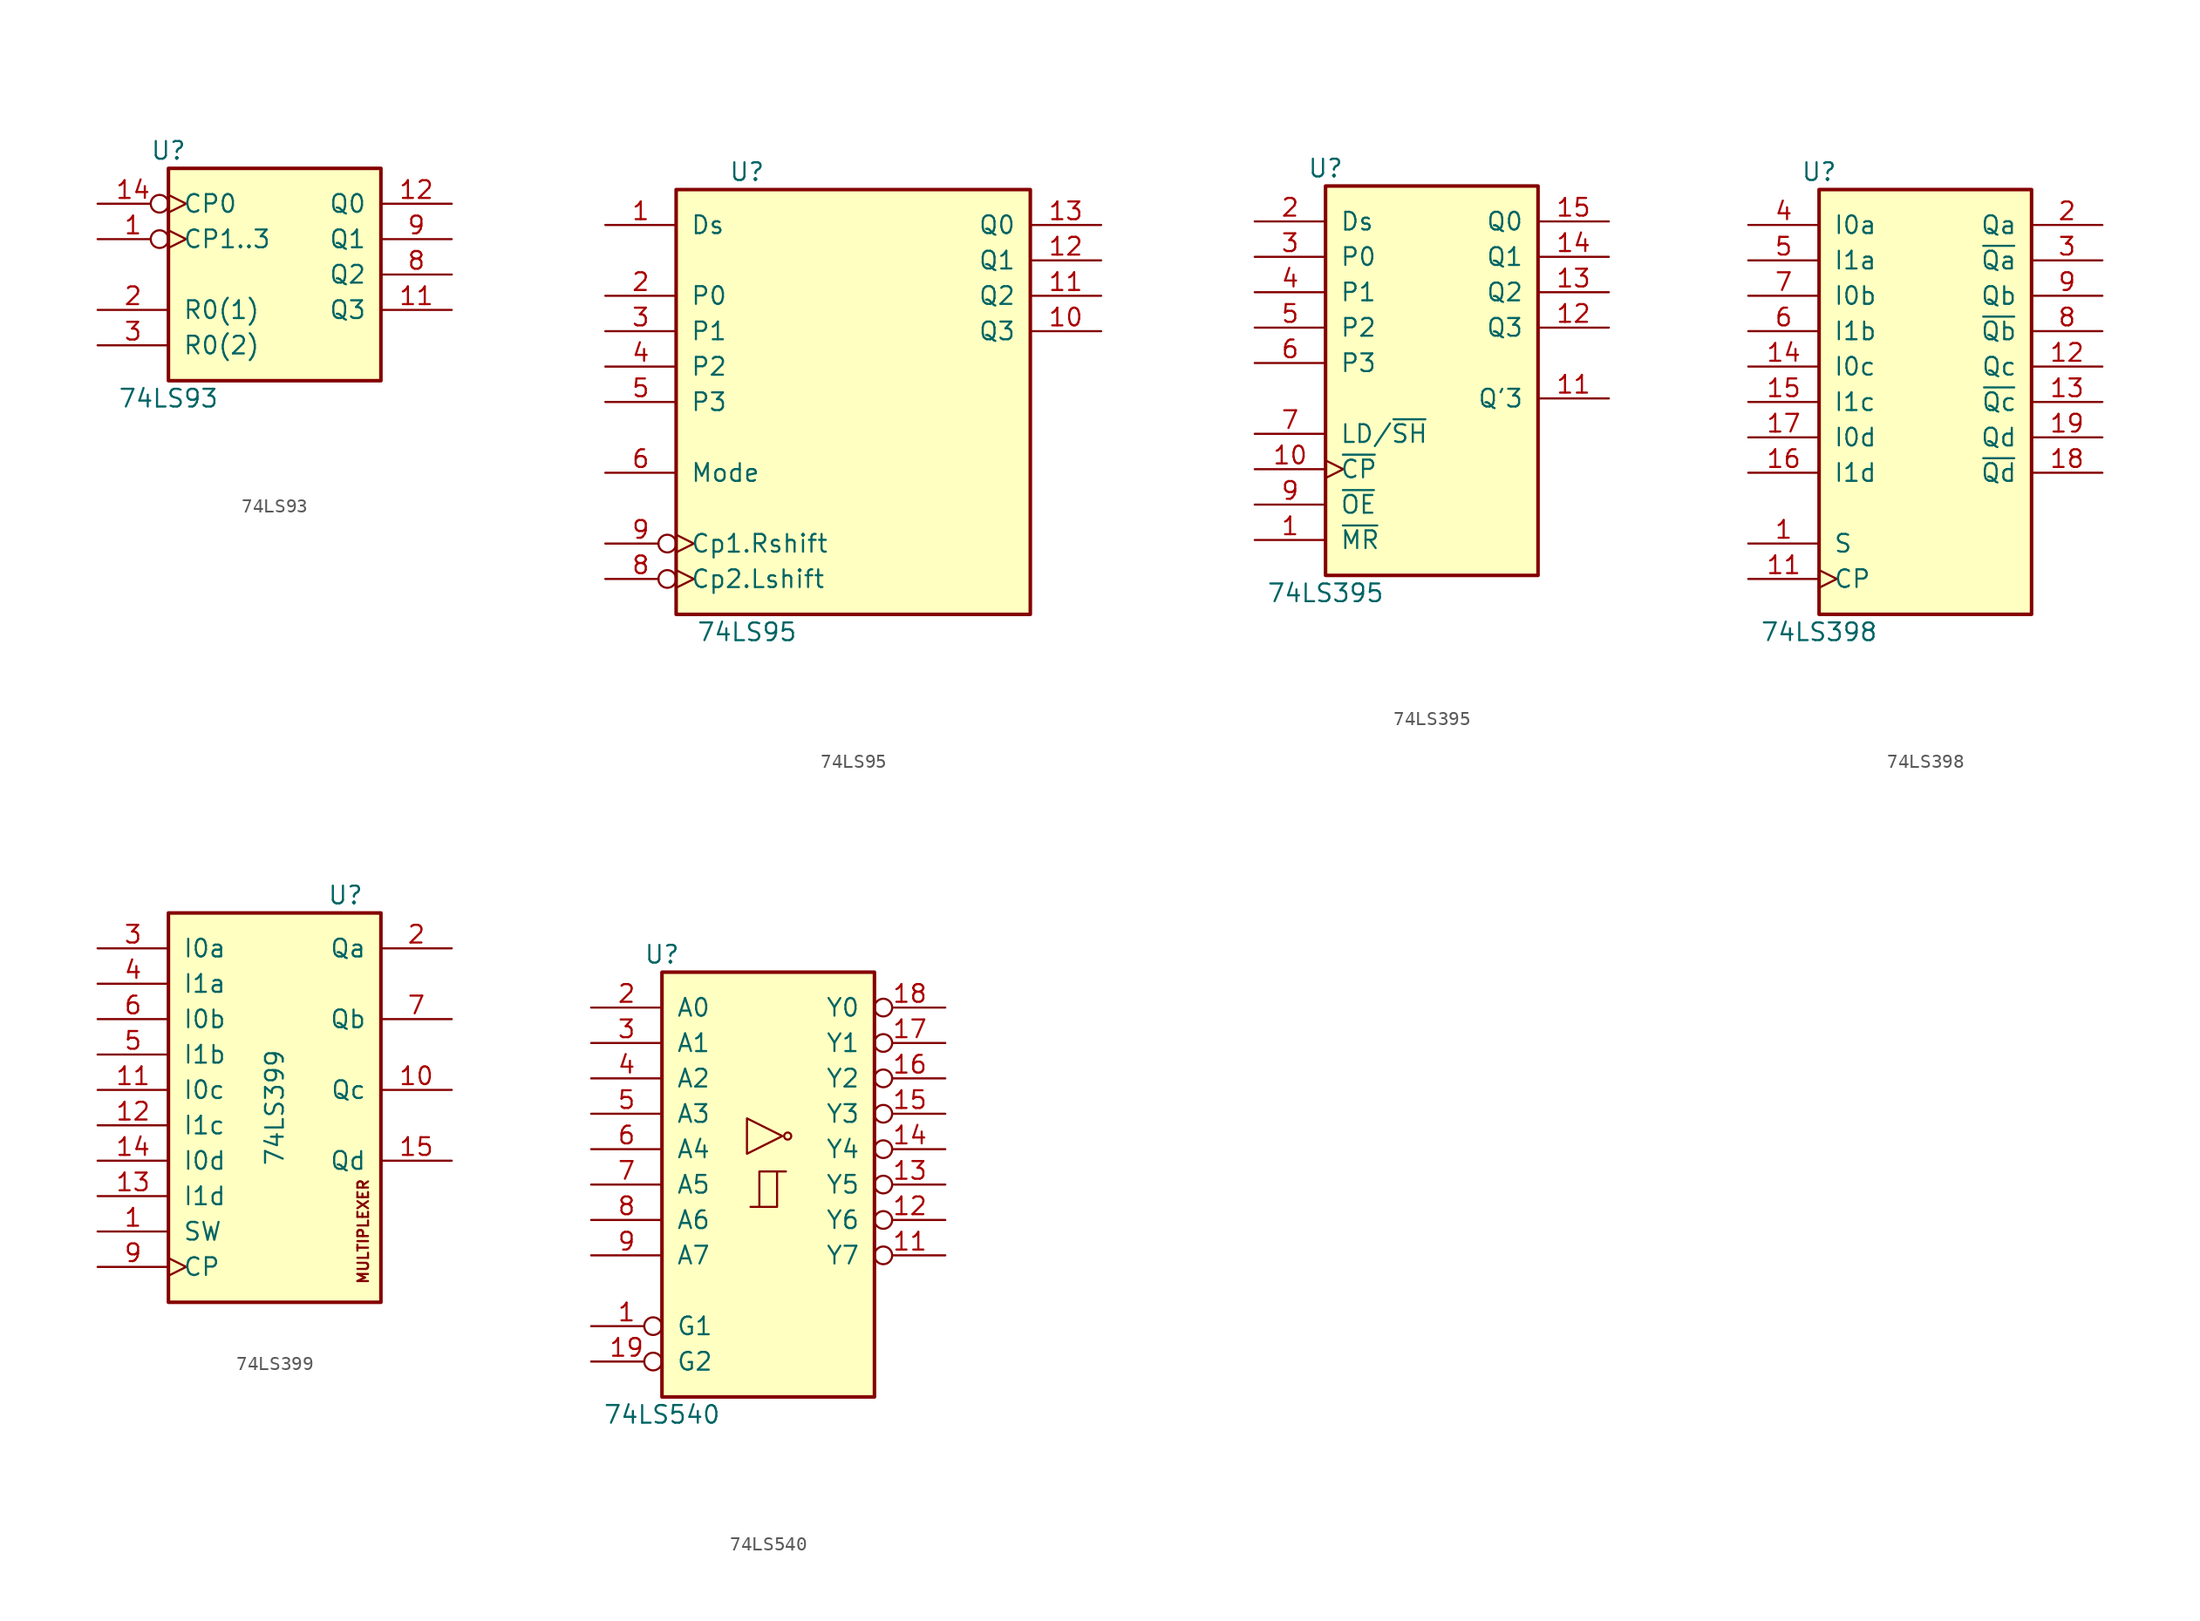
<source format=kicad_sym>
(kicad_symbol_lib
  (version 20211014)
  (generator kicad_symbol_editor)
  (symbol "74LS93"
    (pin_names
      (offset 1.016))
    (property "Reference" "U"
      (at -7.62 8.89 0)
      (effects (font (size 1.27 1.27))))
    (property "Value" "74LS93"
      (at -7.62 -8.89 0)
      (effects (font (size 1.27 1.27))))
    (property "ki_locked" ""
      (at 0 0 0)
      (effects (font (size 1.27 1.27))))
    (symbol "74LS93_1_0"
      (pin input inverted_clock (at -12.7 2.54 0) (length 5.08) (name "CP1..3" (effects (font (size 1.27 1.27)))) (number "1" (effects (font (size 1.27 1.27)))))
      (pin input line (at 0 -12.7 90) (length 5.08) hide (name "GND" (effects (font (size 1.27 1.27)))) (number "10" (effects (font (size 1.27 1.27)))))
      (pin output line (at 12.7 -2.54 180) (length 5.08) (name "Q3" (effects (font (size 1.27 1.27)))) (number "11" (effects (font (size 1.27 1.27)))))
      (pin output line (at 12.7 5.08 180) (length 5.08) (name "Q0" (effects (font (size 1.27 1.27)))) (number "12" (effects (font (size 1.27 1.27)))))
      (pin input inverted_clock (at -12.7 5.08 0) (length 5.08) (name "CP0" (effects (font (size 1.27 1.27)))) (number "14" (effects (font (size 1.27 1.27)))))
      (pin input line (at -12.7 -2.54 0) (length 5.08) (name "R0(1)" (effects (font (size 1.27 1.27)))) (number "2" (effects (font (size 1.27 1.27)))))
      (pin input line (at -12.7 -5.08 0) (length 5.08) (name "R0(2)" (effects (font (size 1.27 1.27)))) (number "3" (effects (font (size 1.27 1.27)))))
      (pin input line (at 0 12.7 270) (length 5.08) hide (name "VCC" (effects (font (size 1.27 1.27)))) (number "5" (effects (font (size 1.27 1.27)))))
      (pin output line (at 12.7 0 180) (length 5.08) (name "Q2" (effects (font (size 1.27 1.27)))) (number "8" (effects (font (size 1.27 1.27)))))
      (pin output line (at 12.7 2.54 180) (length 5.08) (name "Q1" (effects (font (size 1.27 1.27)))) (number "9" (effects (font (size 1.27 1.27))))))
    (symbol "74LS93_1_1"
      (rectangle (start -7.62 7.62) (end 7.62 -7.62) (stroke (width 0.254) (type default) (color 0 0 0 0)) (fill (type background)))))
  (symbol "74LS95"
    (pin_names
      (offset 1.016))
    (property "Reference" "U"
      (at -7.62 16.51 0)
      (effects (font (size 1.27 1.27))))
    (property "Value" "74LS95"
      (at -7.62 -16.51 0)
      (effects (font (size 1.27 1.27))))
    (property "ki_locked" ""
      (at 0 0 0)
      (effects (font (size 1.27 1.27))))
    (symbol "74LS95_1_0"
      (pin input line (at -17.78 12.7 0) (length 5.08) (name "Ds" (effects (font (size 1.27 1.27)))) (number "1" (effects (font (size 1.27 1.27)))))
      (pin output line (at 17.78 5.08 180) (length 5.08) (name "Q3" (effects (font (size 1.27 1.27)))) (number "10" (effects (font (size 1.27 1.27)))))
      (pin output line (at 17.78 7.62 180) (length 5.08) (name "Q2" (effects (font (size 1.27 1.27)))) (number "11" (effects (font (size 1.27 1.27)))))
      (pin output line (at 17.78 10.16 180) (length 5.08) (name "Q1" (effects (font (size 1.27 1.27)))) (number "12" (effects (font (size 1.27 1.27)))))
      (pin output line (at 17.78 12.7 180) (length 5.08) (name "Q0" (effects (font (size 1.27 1.27)))) (number "13" (effects (font (size 1.27 1.27)))))
      (pin input line (at 0 20.32 270) (length 5.08) hide (name "VCC" (effects (font (size 1.27 1.27)))) (number "14" (effects (font (size 1.27 1.27)))))
      (pin input line (at -17.78 7.62 0) (length 5.08) (name "P0" (effects (font (size 1.27 1.27)))) (number "2" (effects (font (size 1.27 1.27)))))
      (pin input line (at -17.78 5.08 0) (length 5.08) (name "P1" (effects (font (size 1.27 1.27)))) (number "3" (effects (font (size 1.27 1.27)))))
      (pin input line (at -17.78 2.54 0) (length 5.08) (name "P2" (effects (font (size 1.27 1.27)))) (number "4" (effects (font (size 1.27 1.27)))))
      (pin input line (at -17.78 0 0) (length 5.08) (name "P3" (effects (font (size 1.27 1.27)))) (number "5" (effects (font (size 1.27 1.27)))))
      (pin input line (at -17.78 -5.08 0) (length 5.08) (name "Mode" (effects (font (size 1.27 1.27)))) (number "6" (effects (font (size 1.27 1.27)))))
      (pin input line (at 0 -20.32 90) (length 5.08) hide (name "GND" (effects (font (size 1.27 1.27)))) (number "7" (effects (font (size 1.27 1.27)))))
      (pin input inverted_clock (at -17.78 -12.7 0) (length 5.08) (name "Cp2.Lshift" (effects (font (size 1.27 1.27)))) (number "8" (effects (font (size 1.27 1.27)))))
      (pin input inverted_clock (at -17.78 -10.16 0) (length 5.08) (name "Cp1.Rshift" (effects (font (size 1.27 1.27)))) (number "9" (effects (font (size 1.27 1.27))))))
    (symbol "74LS95_1_1"
      (rectangle (start -12.7 15.24) (end 12.7 -15.24) (stroke (width 0.254) (type default) (color 0 0 0 0)) (fill (type background)))))
  (symbol "74LS395"
    (pin_names
      (offset 1.016))
    (property "Reference" "U"
      (at -7.62 13.97 0)
      (effects (font (size 1.27 1.27))))
    (property "Value" "74LS395"
      (at -7.62 -16.51 0)
      (effects (font (size 1.27 1.27))))
    (property "ki_locked" ""
      (at 0 0 0)
      (effects (font (size 1.27 1.27))))
    (symbol "74LS395_1_0"
      (pin input line (at -12.7 -12.7 0) (length 5.08) (name "~{MR}" (effects (font (size 1.27 1.27)))) (number "1" (effects (font (size 1.27 1.27)))))
      (pin input clock (at -12.7 -7.62 0) (length 5.08) (name "~{CP}" (effects (font (size 1.27 1.27)))) (number "10" (effects (font (size 1.27 1.27)))))
      (pin output line (at 12.7 -2.54 180) (length 5.08) (name "Q'3" (effects (font (size 1.27 1.27)))) (number "11" (effects (font (size 1.27 1.27)))))
      (pin tri_state line (at 12.7 2.54 180) (length 5.08) (name "Q3" (effects (font (size 1.27 1.27)))) (number "12" (effects (font (size 1.27 1.27)))))
      (pin tri_state line (at 12.7 5.08 180) (length 5.08) (name "Q2" (effects (font (size 1.27 1.27)))) (number "13" (effects (font (size 1.27 1.27)))))
      (pin tri_state line (at 12.7 7.62 180) (length 5.08) (name "Q1" (effects (font (size 1.27 1.27)))) (number "14" (effects (font (size 1.27 1.27)))))
      (pin tri_state line (at 12.7 10.16 180) (length 5.08) (name "Q0" (effects (font (size 1.27 1.27)))) (number "15" (effects (font (size 1.27 1.27)))))
      (pin input line (at 0 17.78 270) (length 5.08) hide (name "VCC" (effects (font (size 1.27 1.27)))) (number "16" (effects (font (size 1.27 1.27)))))
      (pin input line (at -12.7 10.16 0) (length 5.08) (name "Ds" (effects (font (size 1.27 1.27)))) (number "2" (effects (font (size 1.27 1.27)))))
      (pin input line (at -12.7 7.62 0) (length 5.08) (name "P0" (effects (font (size 1.27 1.27)))) (number "3" (effects (font (size 1.27 1.27)))))
      (pin input line (at -12.7 5.08 0) (length 5.08) (name "P1" (effects (font (size 1.27 1.27)))) (number "4" (effects (font (size 1.27 1.27)))))
      (pin input line (at -12.7 2.54 0) (length 5.08) (name "P2" (effects (font (size 1.27 1.27)))) (number "5" (effects (font (size 1.27 1.27)))))
      (pin input line (at -12.7 0 0) (length 5.08) (name "P3" (effects (font (size 1.27 1.27)))) (number "6" (effects (font (size 1.27 1.27)))))
      (pin input line (at -12.7 -5.08 0) (length 5.08) (name "LD/~{SH}" (effects (font (size 1.27 1.27)))) (number "7" (effects (font (size 1.27 1.27)))))
      (pin input line (at 0 -20.32 90) (length 5.08) hide (name "GND" (effects (font (size 1.27 1.27)))) (number "8" (effects (font (size 1.27 1.27)))))
      (pin input line (at -12.7 -10.16 0) (length 5.08) (name "~{OE}" (effects (font (size 1.27 1.27)))) (number "9" (effects (font (size 1.27 1.27))))))
    (symbol "74LS395_1_1"
      (rectangle (start -7.62 12.7) (end 7.62 -15.24) (stroke (width 0.254) (type default) (color 0 0 0 0)) (fill (type background)))))
  (symbol "74LS398"
    (pin_names
      (offset 1.016))
    (property "Reference" "U"
      (at -7.62 16.51 0)
      (effects (font (size 1.27 1.27))))
    (property "Value" "74LS398"
      (at -7.62 -16.51 0)
      (effects (font (size 1.27 1.27))))
    (property "ki_locked" ""
      (at 0 0 0)
      (effects (font (size 1.27 1.27))))
    (symbol "74LS398_1_0"
      (pin input line (at -12.7 -10.16 0) (length 5.08) (name "S" (effects (font (size 1.27 1.27)))) (number "1" (effects (font (size 1.27 1.27)))))
      (pin input line (at 0 -20.32 90) (length 5.08) hide (name "GND" (effects (font (size 1.27 1.27)))) (number "10" (effects (font (size 1.27 1.27)))))
      (pin input clock (at -12.7 -12.7 0) (length 5.08) (name "CP" (effects (font (size 1.27 1.27)))) (number "11" (effects (font (size 1.27 1.27)))))
      (pin output line (at 12.7 2.54 180) (length 5.08) (name "Qc" (effects (font (size 1.27 1.27)))) (number "12" (effects (font (size 1.27 1.27)))))
      (pin output line (at 12.7 0 180) (length 5.08) (name "~{Qc}" (effects (font (size 1.27 1.27)))) (number "13" (effects (font (size 1.27 1.27)))))
      (pin input line (at -12.7 2.54 0) (length 5.08) (name "I0c" (effects (font (size 1.27 1.27)))) (number "14" (effects (font (size 1.27 1.27)))))
      (pin input line (at -12.7 0 0) (length 5.08) (name "I1c" (effects (font (size 1.27 1.27)))) (number "15" (effects (font (size 1.27 1.27)))))
      (pin input line (at -12.7 -5.08 0) (length 5.08) (name "I1d" (effects (font (size 1.27 1.27)))) (number "16" (effects (font (size 1.27 1.27)))))
      (pin input line (at -12.7 -2.54 0) (length 5.08) (name "I0d" (effects (font (size 1.27 1.27)))) (number "17" (effects (font (size 1.27 1.27)))))
      (pin output line (at 12.7 -5.08 180) (length 5.08) (name "~{Qd}" (effects (font (size 1.27 1.27)))) (number "18" (effects (font (size 1.27 1.27)))))
      (pin output line (at 12.7 -2.54 180) (length 5.08) (name "Qd" (effects (font (size 1.27 1.27)))) (number "19" (effects (font (size 1.27 1.27)))))
      (pin output line (at 12.7 12.7 180) (length 5.08) (name "Qa" (effects (font (size 1.27 1.27)))) (number "2" (effects (font (size 1.27 1.27)))))
      (pin input line (at 0 20.32 270) (length 5.08) hide (name "VCC" (effects (font (size 1.27 1.27)))) (number "20" (effects (font (size 1.27 1.27)))))
      (pin output line (at 12.7 10.16 180) (length 5.08) (name "~{Qa}" (effects (font (size 1.27 1.27)))) (number "3" (effects (font (size 1.27 1.27)))))
      (pin input line (at -12.7 12.7 0) (length 5.08) (name "I0a" (effects (font (size 1.27 1.27)))) (number "4" (effects (font (size 1.27 1.27)))))
      (pin input line (at -12.7 10.16 0) (length 5.08) (name "I1a" (effects (font (size 1.27 1.27)))) (number "5" (effects (font (size 1.27 1.27)))))
      (pin input line (at -12.7 5.08 0) (length 5.08) (name "I1b" (effects (font (size 1.27 1.27)))) (number "6" (effects (font (size 1.27 1.27)))))
      (pin input line (at -12.7 7.62 0) (length 5.08) (name "I0b" (effects (font (size 1.27 1.27)))) (number "7" (effects (font (size 1.27 1.27)))))
      (pin output line (at 12.7 5.08 180) (length 5.08) (name "~{Qb}" (effects (font (size 1.27 1.27)))) (number "8" (effects (font (size 1.27 1.27)))))
      (pin output line (at 12.7 7.62 180) (length 5.08) (name "Qb" (effects (font (size 1.27 1.27)))) (number "9" (effects (font (size 1.27 1.27))))))
    (symbol "74LS398_1_1"
      (rectangle (start -7.62 15.24) (end 7.62 -15.24) (stroke (width 0.254) (type default) (color 0 0 0 0)) (fill (type background)))))
  (symbol "74LS399"
    (pin_names
      (offset 1.016))
    (property "Reference" "U"
      (at 5.08 15.24 0)
      (effects (font (size 1.27 1.27))))
    (property "Value" "74LS399"
      (at 0 0 90)
      (effects (font (size 1.27 1.27))))
    (property "ki_locked" ""
      (at 0 0 0)
      (effects (font (size 1.27 1.27))))
    (symbol "74LS399_0_0"
      (text "MULTIPLEXER" (at 6.35 -8.89 900) (effects (font (size 0.762 0.762)))))
    (symbol "74LS399_1_0"
      (pin input line (at -12.7 -8.89 0) (length 5.08) (name "SW" (effects (font (size 1.27 1.27)))) (number "1" (effects (font (size 1.27 1.27)))))
      (pin output line (at 12.7 1.27 180) (length 5.08) (name "Qc" (effects (font (size 1.27 1.27)))) (number "10" (effects (font (size 1.27 1.27)))))
      (pin input line (at -12.7 1.27 0) (length 5.08) (name "I0c" (effects (font (size 1.27 1.27)))) (number "11" (effects (font (size 1.27 1.27)))))
      (pin input line (at -12.7 -1.27 0) (length 5.08) (name "I1c" (effects (font (size 1.27 1.27)))) (number "12" (effects (font (size 1.27 1.27)))))
      (pin input line (at -12.7 -6.35 0) (length 5.08) (name "I1d" (effects (font (size 1.27 1.27)))) (number "13" (effects (font (size 1.27 1.27)))))
      (pin input line (at -12.7 -3.81 0) (length 5.08) (name "I0d" (effects (font (size 1.27 1.27)))) (number "14" (effects (font (size 1.27 1.27)))))
      (pin output line (at 12.7 -3.81 180) (length 5.08) (name "Qd" (effects (font (size 1.27 1.27)))) (number "15" (effects (font (size 1.27 1.27)))))
      (pin power_in line (at 0 13.97 270) (length 5.08) hide (name "VCC" (effects (font (size 1.27 1.27)))) (number "16" (effects (font (size 1.27 1.27)))))
      (pin output line (at 12.7 11.43 180) (length 5.08) (name "Qa" (effects (font (size 1.27 1.27)))) (number "2" (effects (font (size 1.27 1.27)))))
      (pin input line (at -12.7 11.43 0) (length 5.08) (name "I0a" (effects (font (size 1.27 1.27)))) (number "3" (effects (font (size 1.27 1.27)))))
      (pin input line (at -12.7 8.89 0) (length 5.08) (name "I1a" (effects (font (size 1.27 1.27)))) (number "4" (effects (font (size 1.27 1.27)))))
      (pin input line (at -12.7 3.81 0) (length 5.08) (name "I1b" (effects (font (size 1.27 1.27)))) (number "5" (effects (font (size 1.27 1.27)))))
      (pin input line (at -12.7 6.35 0) (length 5.08) (name "I0b" (effects (font (size 1.27 1.27)))) (number "6" (effects (font (size 1.27 1.27)))))
      (pin output line (at 12.7 6.35 180) (length 5.08) (name "Qb" (effects (font (size 1.27 1.27)))) (number "7" (effects (font (size 1.27 1.27)))))
      (pin power_in line (at 0 -13.97 90) (length 5.08) hide (name "VSS" (effects (font (size 1.27 1.27)))) (number "8" (effects (font (size 1.27 1.27)))))
      (pin input clock (at -12.7 -11.43 0) (length 5.08) (name "CP" (effects (font (size 1.27 1.27)))) (number "9" (effects (font (size 1.27 1.27))))))
    (symbol "74LS399_1_1"
      (rectangle (start -7.62 13.97) (end 7.62 -13.97) (stroke (width 0.254) (type default) (color 0 0 0 0)) (fill (type background)))))
  (symbol "74LS540"
    (pin_names
      (offset 1.016))
    (property "Reference" "U"
      (at -7.62 16.51 0)
      (effects (font (size 1.27 1.27))))
    (property "Value" "74LS540"
      (at -7.62 -16.51 0)
      (effects (font (size 1.27 1.27))))
    (property "ki_locked" ""
      (at 0 0 0)
      (effects (font (size 1.27 1.27))))
    (symbol "74LS540_1_0"
      (polyline (pts (xy -0.635 -1.6) (xy -0.635 0.94) (xy 0.635 0.94)) (stroke (width 0) (type default) (color 0 0 0 0)) (fill (type none)))
      (polyline (pts (xy -1.27 -1.6) (xy 0.635 -1.6) (xy 0.635 0.94) (xy 1.27 0.94)) (stroke (width 0) (type default) (color 0 0 0 0)) (fill (type none)))
      (polyline (pts (xy 1.016 3.48) (xy -1.524 4.75) (xy -1.524 2.21) (xy 1.016 3.48)) (stroke (width 0.152) (type default) (color 0 0 0 0)) (fill (type none)))
      (circle (center 1.397 3.48) (radius 0.254) (stroke (width 0.152) (type default) (color 0 0 0 0)) (fill (type none)))
      (pin input inverted (at -12.7 -10.16 0) (length 5.08) (name "G1" (effects (font (size 1.27 1.27)))) (number "1" (effects (font (size 1.27 1.27)))))
      (pin input line (at 0 -20.32 90) (length 5.08) hide (name "GND" (effects (font (size 1.27 1.27)))) (number "10" (effects (font (size 1.27 1.27)))))
      (pin tri_state inverted (at 12.7 -5.08 180) (length 5.08) (name "Y7" (effects (font (size 1.27 1.27)))) (number "11" (effects (font (size 1.27 1.27)))))
      (pin tri_state inverted (at 12.7 -2.54 180) (length 5.08) (name "Y6" (effects (font (size 1.27 1.27)))) (number "12" (effects (font (size 1.27 1.27)))))
      (pin tri_state inverted (at 12.7 0 180) (length 5.08) (name "Y5" (effects (font (size 1.27 1.27)))) (number "13" (effects (font (size 1.27 1.27)))))
      (pin tri_state inverted (at 12.7 2.54 180) (length 5.08) (name "Y4" (effects (font (size 1.27 1.27)))) (number "14" (effects (font (size 1.27 1.27)))))
      (pin tri_state inverted (at 12.7 5.08 180) (length 5.08) (name "Y3" (effects (font (size 1.27 1.27)))) (number "15" (effects (font (size 1.27 1.27)))))
      (pin tri_state inverted (at 12.7 7.62 180) (length 5.08) (name "Y2" (effects (font (size 1.27 1.27)))) (number "16" (effects (font (size 1.27 1.27)))))
      (pin tri_state inverted (at 12.7 10.16 180) (length 5.08) (name "Y1" (effects (font (size 1.27 1.27)))) (number "17" (effects (font (size 1.27 1.27)))))
      (pin tri_state inverted (at 12.7 12.7 180) (length 5.08) (name "Y0" (effects (font (size 1.27 1.27)))) (number "18" (effects (font (size 1.27 1.27)))))
      (pin input inverted (at -12.7 -12.7 0) (length 5.08) (name "G2" (effects (font (size 1.27 1.27)))) (number "19" (effects (font (size 1.27 1.27)))))
      (pin input line (at -12.7 12.7 0) (length 5.08) (name "A0" (effects (font (size 1.27 1.27)))) (number "2" (effects (font (size 1.27 1.27)))))
      (pin input line (at 0 20.32 270) (length 5.08) hide (name "VCC" (effects (font (size 1.27 1.27)))) (number "20" (effects (font (size 1.27 1.27)))))
      (pin input line (at -12.7 10.16 0) (length 5.08) (name "A1" (effects (font (size 1.27 1.27)))) (number "3" (effects (font (size 1.27 1.27)))))
      (pin input line (at -12.7 7.62 0) (length 5.08) (name "A2" (effects (font (size 1.27 1.27)))) (number "4" (effects (font (size 1.27 1.27)))))
      (pin input line (at -12.7 5.08 0) (length 5.08) (name "A3" (effects (font (size 1.27 1.27)))) (number "5" (effects (font (size 1.27 1.27)))))
      (pin input line (at -12.7 2.54 0) (length 5.08) (name "A4" (effects (font (size 1.27 1.27)))) (number "6" (effects (font (size 1.27 1.27)))))
      (pin input line (at -12.7 0 0) (length 5.08) (name "A5" (effects (font (size 1.27 1.27)))) (number "7" (effects (font (size 1.27 1.27)))))
      (pin input line (at -12.7 -2.54 0) (length 5.08) (name "A6" (effects (font (size 1.27 1.27)))) (number "8" (effects (font (size 1.27 1.27)))))
      (pin input line (at -12.7 -5.08 0) (length 5.08) (name "A7" (effects (font (size 1.27 1.27)))) (number "9" (effects (font (size 1.27 1.27))))))
    (symbol "74LS540_1_1"
      (rectangle (start -7.62 15.24) (end 7.62 -15.24) (stroke (width 0.254) (type default) (color 0 0 0 0)) (fill (type background))))))
</source>
